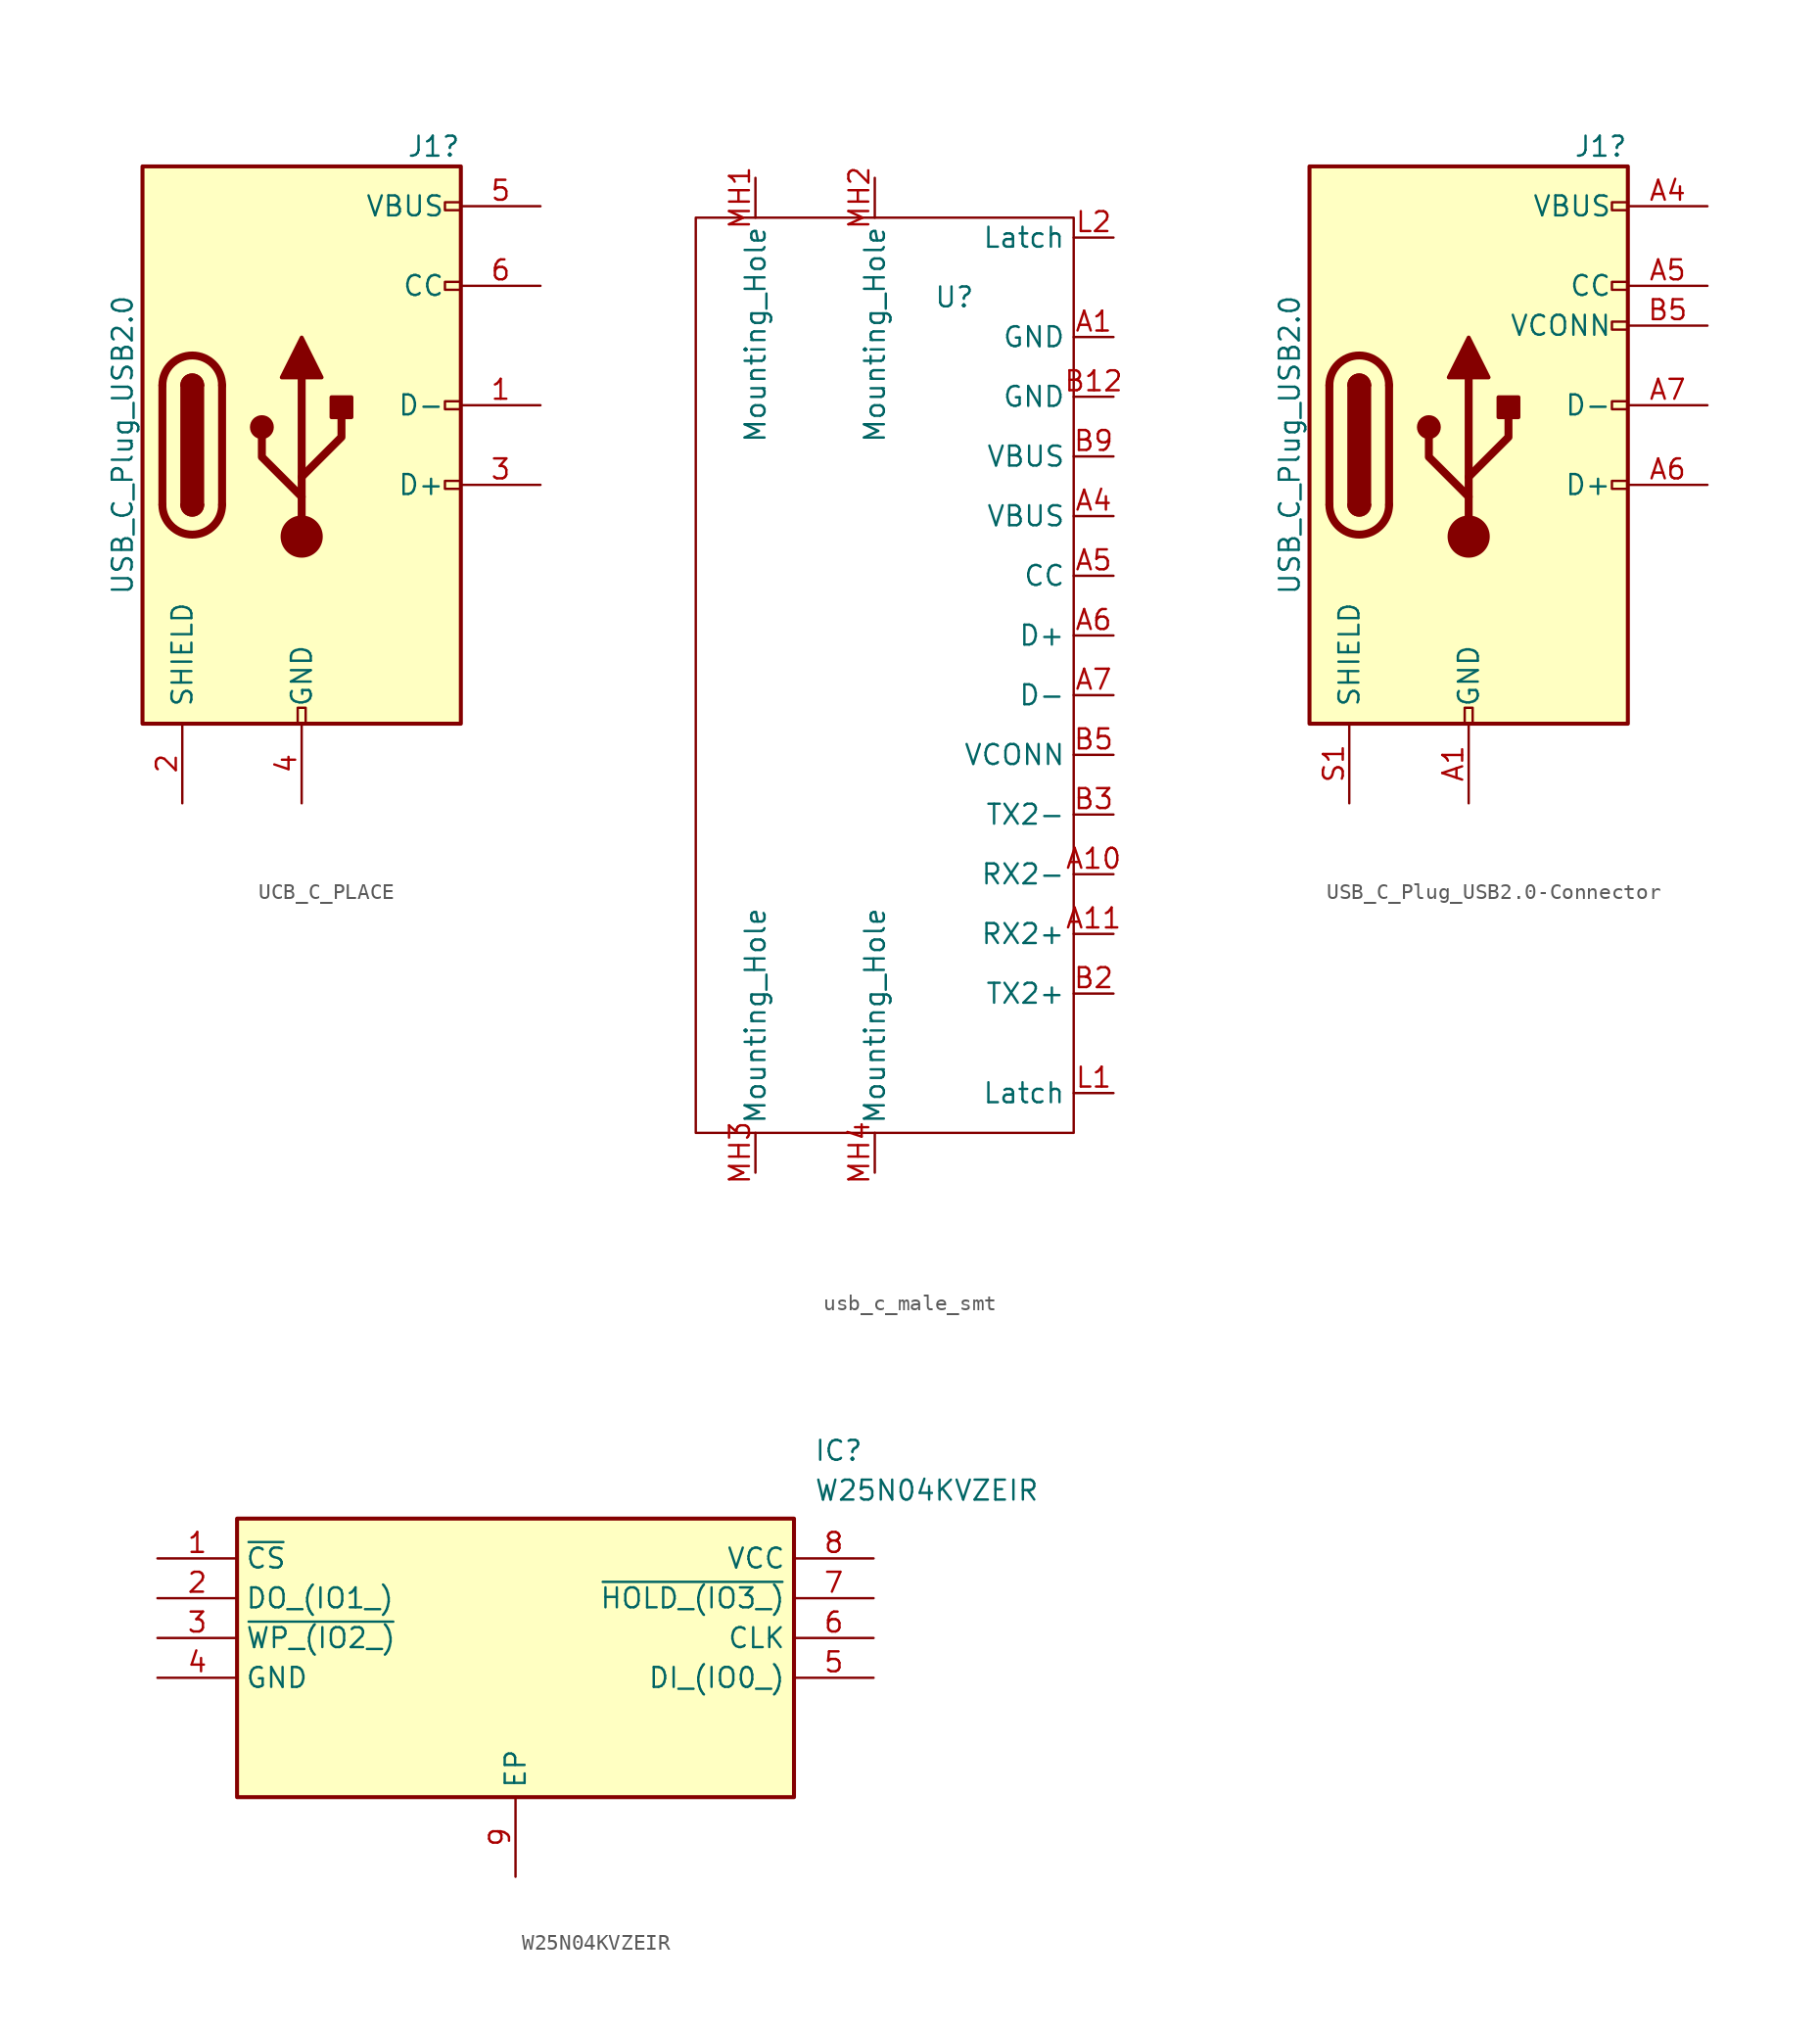
<source format=kicad_sym>
(kicad_symbol_lib
  (version 20231120)
  (generator "kicad_symbol_editor")
  (generator_version "8.0")
  (symbol "UCB_C_PLACE"
    (pin_names
      (offset 1.016))
    (property "Reference" "J1"
      (at 10.16 19.05 0)
      (effects (font (size 1.27 1.27)) (justify right)))
    (property "Value" "USB_C_Plug_USB2.0"
      (at -11.43 0 90)
      (effects (font (size 1.27 1.27))))
    (symbol "UCB_C_PLACE_0_0"
      (rectangle (start -0.254 -17.78) (end 0.254 -16.764) (stroke (width 0) (type solid)) (fill (type none)))
      (rectangle (start 10.16 -2.286) (end 9.144 -2.794) (stroke (width 0) (type solid)) (fill (type none)))
      (rectangle (start 10.16 2.794) (end 9.144 2.286) (stroke (width 0) (type solid)) (fill (type none)))
      (rectangle (start 10.16 10.414) (end 9.144 9.906) (stroke (width 0) (type solid)) (fill (type none)))
      (rectangle (start 10.16 15.494) (end 9.144 14.986) (stroke (width 0) (type solid)) (fill (type none))))
    (symbol "UCB_C_PLACE_0_1"
      (rectangle (start -10.16 17.78) (end 10.16 -17.78) (stroke (width 0.254) (type solid)) (fill (type background)))
      (arc (start -8.89 -3.81) (mid -6.985 -5.7066) (end -5.08 -3.81) (stroke (width 0.508) (type solid)) (fill (type none)))
      (arc (start -7.62 -3.81) (mid -6.985 -4.4422) (end -6.35 -3.81) (stroke (width 0.254) (type solid)) (fill (type none)))
      (arc (start -7.62 -3.81) (mid -6.985 -4.4422) (end -6.35 -3.81) (stroke (width 0.254) (type solid)) (fill (type outline)))
      (rectangle (start -7.62 -3.81) (end -6.35 3.81) (stroke (width 0.254) (type solid)) (fill (type outline)))
      (arc (start -6.35 3.81) (mid -6.985 4.4422) (end -7.62 3.81) (stroke (width 0.254) (type solid)) (fill (type none)))
      (arc (start -6.35 3.81) (mid -6.985 4.4422) (end -7.62 3.81) (stroke (width 0.254) (type solid)) (fill (type outline)))
      (arc (start -5.08 3.81) (mid -6.985 5.7066) (end -8.89 3.81) (stroke (width 0.508) (type solid)) (fill (type none)))
      (circle (center -2.54 1.143) (radius 0.635) (stroke (width 0.254) (type solid)) (fill (type outline)))
      (circle (center 0 -5.842) (radius 1.27) (stroke (width 0) (type solid)) (fill (type outline)))
      (polyline (pts (xy -8.89 -3.81) (xy -8.89 3.81)) (stroke (width 0.508) (type solid)) (fill (type none)))
      (polyline (pts (xy -5.08 3.81) (xy -5.08 -3.81)) (stroke (width 0.508) (type solid)) (fill (type none)))
      (polyline (pts (xy 0 -5.842) (xy 0 4.318)) (stroke (width 0.508) (type solid)) (fill (type none)))
      (polyline (pts (xy 0 -3.302) (xy -2.54 -0.762) (xy -2.54 0.508)) (stroke (width 0.508) (type solid)) (fill (type none)))
      (polyline (pts (xy 0 -2.032) (xy 2.54 0.508) (xy 2.54 1.778)) (stroke (width 0.508) (type solid)) (fill (type none)))
      (polyline (pts (xy -1.27 4.318) (xy 0 6.858) (xy 1.27 4.318) (xy -1.27 4.318)) (stroke (width 0.254) (type solid)) (fill (type outline)))
      (rectangle (start 1.905 1.778) (end 3.175 3.048) (stroke (width 0.254) (type solid)) (fill (type outline))))
    (symbol "UCB_C_PLACE_1_1"
      (pin bidirectional line (at 15.24 2.54 180) (length 5.08) (name "D-" (effects (font (size 1.27 1.27)))) (number "1" (effects (font (size 1.27 1.27)))))
      (pin passive line (at -7.62 -22.86 90) (length 5.08) (name "SHIELD" (effects (font (size 1.27 1.27)))) (number "2" (effects (font (size 1.27 1.27)))))
      (pin bidirectional line (at 15.24 -2.54 180) (length 5.08) (name "D+" (effects (font (size 1.27 1.27)))) (number "3" (effects (font (size 1.27 1.27)))))
      (pin power_in line (at 0 -22.86 90) (length 5.08) (name "GND" (effects (font (size 1.27 1.27)))) (number "4" (effects (font (size 1.27 1.27)))))
      (pin power_in line (at 15.24 15.24 180) (length 5.08) (name "VBUS" (effects (font (size 1.27 1.27)))) (number "5" (effects (font (size 1.27 1.27)))))
      (pin bidirectional line (at 15.24 10.16 180) (length 5.08) (name "CC" (effects (font (size 1.27 1.27)))) (number "6" (effects (font (size 1.27 1.27)))))))
  (symbol "usb_c_male_smt"
    (property "Reference" "U"
      (at 0 0 0)
      (effects (font (size 1.27 1.27))))
    (property "Value" ""
      (at 0 0 0)
      (effects (font (size 1.27 1.27))))
    (symbol "usb_c_male_smt_0_1"
      (rectangle (start -16.51 5.08) (end 7.62 -53.34) (stroke (width 0) (type default)) (fill (type none))))
    (symbol "usb_c_male_smt_1_1"
      (pin input line (at 10.16 -2.54 180) (length 2.54) (name "GND" (effects (font (size 1.27 1.27)))) (number "A1" (effects (font (size 1.27 1.27)))))
      (pin input line (at 10.16 -36.83 180) (length 2.54) (name "RX2-" (effects (font (size 1.27 1.27)))) (number "A10" (effects (font (size 1.27 1.27)))))
      (pin input line (at 10.16 -40.64 180) (length 2.54) (name "RX2+" (effects (font (size 1.27 1.27)))) (number "A11" (effects (font (size 1.27 1.27)))))
      (pin input line (at 10.16 -13.97 180) (length 2.54) (name "VBUS" (effects (font (size 1.27 1.27)))) (number "A4" (effects (font (size 1.27 1.27)))))
      (pin input line (at 10.16 -17.78 180) (length 2.54) (name "CC" (effects (font (size 1.27 1.27)))) (number "A5" (effects (font (size 1.27 1.27)))))
      (pin input line (at 10.16 -21.59 180) (length 2.54) (name "D+" (effects (font (size 1.27 1.27)))) (number "A6" (effects (font (size 1.27 1.27)))))
      (pin input line (at 10.16 -25.4 180) (length 2.54) (name "D-" (effects (font (size 1.27 1.27)))) (number "A7" (effects (font (size 1.27 1.27)))))
      (pin input line (at 10.16 -6.35 180) (length 2.54) (name "GND" (effects (font (size 1.27 1.27)))) (number "B12" (effects (font (size 1.27 1.27)))))
      (pin input line (at 10.16 -44.45 180) (length 2.54) (name "TX2+" (effects (font (size 1.27 1.27)))) (number "B2" (effects (font (size 1.27 1.27)))))
      (pin input line (at 10.16 -33.02 180) (length 2.54) (name "TX2-" (effects (font (size 1.27 1.27)))) (number "B3" (effects (font (size 1.27 1.27)))))
      (pin input line (at 10.16 -29.21 180) (length 2.54) (name "VCONN" (effects (font (size 1.27 1.27)))) (number "B5" (effects (font (size 1.27 1.27)))))
      (pin input line (at 10.16 -10.16 180) (length 2.54) (name "VBUS" (effects (font (size 1.27 1.27)))) (number "B9" (effects (font (size 1.27 1.27)))))
      (pin input line (at 10.16 -50.8 180) (length 2.54) (name "Latch" (effects (font (size 1.27 1.27)))) (number "L1" (effects (font (size 1.27 1.27)))))
      (pin input line (at 10.16 3.81 180) (length 2.54) (name "Latch" (effects (font (size 1.27 1.27)))) (number "L2" (effects (font (size 1.27 1.27)))))
      (pin input line (at -12.7 7.62 270) (length 2.54) (name "Mounting_Hole" (effects (font (size 1.27 1.27)))) (number "MH1" (effects (font (size 1.27 1.27)))))
      (pin input line (at -5.08 7.62 270) (length 2.54) (name "Mounting_Hole" (effects (font (size 1.27 1.27)))) (number "MH2" (effects (font (size 1.27 1.27)))))
      (pin input line (at -12.7 -55.88 90) (length 2.54) (name "Mounting_Hole" (effects (font (size 1.27 1.27)))) (number "MH3" (effects (font (size 1.27 1.27)))))
      (pin input line (at -5.08 -55.88 90) (length 2.54) (name "Mounting_Hole" (effects (font (size 1.27 1.27)))) (number "MH4" (effects (font (size 1.27 1.27)))))))
  (symbol "USB_C_Plug_USB2.0-Connector"
    (pin_names
      (offset 1.016))
    (property "Reference" "J1"
      (at 10.16 19.05 0)
      (effects (font (size 1.27 1.27)) (justify right)))
    (property "Value" "USB_C_Plug_USB2.0"
      (at -11.43 0 90)
      (effects (font (size 1.27 1.27))))
    (symbol "USB_C_Plug_USB2.0-Connector_0_0"
      (rectangle (start -0.254 -17.78) (end 0.254 -16.764) (stroke (width 0) (type solid)) (fill (type none)))
      (rectangle (start 10.16 -2.286) (end 9.144 -2.794) (stroke (width 0) (type solid)) (fill (type none)))
      (rectangle (start 10.16 2.794) (end 9.144 2.286) (stroke (width 0) (type solid)) (fill (type none)))
      (rectangle (start 10.16 7.874) (end 9.144 7.366) (stroke (width 0) (type solid)) (fill (type none)))
      (rectangle (start 10.16 10.414) (end 9.144 9.906) (stroke (width 0) (type solid)) (fill (type none)))
      (rectangle (start 10.16 15.494) (end 9.144 14.986) (stroke (width 0) (type solid)) (fill (type none))))
    (symbol "USB_C_Plug_USB2.0-Connector_0_1"
      (rectangle (start -10.16 17.78) (end 10.16 -17.78) (stroke (width 0.254) (type solid)) (fill (type background)))
      (arc (start -8.89 -3.81) (mid -6.985 -5.7066) (end -5.08 -3.81) (stroke (width 0.508) (type solid)) (fill (type none)))
      (arc (start -7.62 -3.81) (mid -6.985 -4.4422) (end -6.35 -3.81) (stroke (width 0.254) (type solid)) (fill (type none)))
      (arc (start -7.62 -3.81) (mid -6.985 -4.4422) (end -6.35 -3.81) (stroke (width 0.254) (type solid)) (fill (type outline)))
      (rectangle (start -7.62 -3.81) (end -6.35 3.81) (stroke (width 0.254) (type solid)) (fill (type outline)))
      (arc (start -6.35 3.81) (mid -6.985 4.4422) (end -7.62 3.81) (stroke (width 0.254) (type solid)) (fill (type none)))
      (arc (start -6.35 3.81) (mid -6.985 4.4422) (end -7.62 3.81) (stroke (width 0.254) (type solid)) (fill (type outline)))
      (arc (start -5.08 3.81) (mid -6.985 5.7066) (end -8.89 3.81) (stroke (width 0.508) (type solid)) (fill (type none)))
      (circle (center -2.54 1.143) (radius 0.635) (stroke (width 0.254) (type solid)) (fill (type outline)))
      (circle (center 0 -5.842) (radius 1.27) (stroke (width 0) (type solid)) (fill (type outline)))
      (polyline (pts (xy -8.89 -3.81) (xy -8.89 3.81)) (stroke (width 0.508) (type solid)) (fill (type none)))
      (polyline (pts (xy -5.08 3.81) (xy -5.08 -3.81)) (stroke (width 0.508) (type solid)) (fill (type none)))
      (polyline (pts (xy 0 -5.842) (xy 0 4.318)) (stroke (width 0.508) (type solid)) (fill (type none)))
      (polyline (pts (xy 0 -3.302) (xy -2.54 -0.762) (xy -2.54 0.508)) (stroke (width 0.508) (type solid)) (fill (type none)))
      (polyline (pts (xy 0 -2.032) (xy 2.54 0.508) (xy 2.54 1.778)) (stroke (width 0.508) (type solid)) (fill (type none)))
      (polyline (pts (xy -1.27 4.318) (xy 0 6.858) (xy 1.27 4.318) (xy -1.27 4.318)) (stroke (width 0.254) (type solid)) (fill (type outline)))
      (rectangle (start 1.905 1.778) (end 3.175 3.048) (stroke (width 0.254) (type solid)) (fill (type outline))))
    (symbol "USB_C_Plug_USB2.0-Connector_1_1"
      (pin power_in line (at 0 -22.86 90) (length 5.08) (name "GND" (effects (font (size 1.27 1.27)))) (number "A1" (effects (font (size 1.27 1.27)))))
      (pin passive line (at 0 -22.86 90) (length 5.08) hide (name "GND" (effects (font (size 1.27 1.27)))) (number "A12" (effects (font (size 1.27 1.27)))))
      (pin power_in line (at 15.24 15.24 180) (length 5.08) (name "VBUS" (effects (font (size 1.27 1.27)))) (number "A4" (effects (font (size 1.27 1.27)))))
      (pin bidirectional line (at 15.24 10.16 180) (length 5.08) (name "CC" (effects (font (size 1.27 1.27)))) (number "A5" (effects (font (size 1.27 1.27)))))
      (pin bidirectional line (at 15.24 -2.54 180) (length 5.08) (name "D+" (effects (font (size 1.27 1.27)))) (number "A6" (effects (font (size 1.27 1.27)))))
      (pin bidirectional line (at 15.24 2.54 180) (length 5.08) (name "D-" (effects (font (size 1.27 1.27)))) (number "A7" (effects (font (size 1.27 1.27)))))
      (pin passive line (at 15.24 15.24 180) (length 5.08) hide (name "VBUS" (effects (font (size 1.27 1.27)))) (number "A9" (effects (font (size 1.27 1.27)))))
      (pin passive line (at 0 -22.86 90) (length 5.08) hide (name "GND" (effects (font (size 1.27 1.27)))) (number "B1" (effects (font (size 1.27 1.27)))))
      (pin passive line (at 0 -22.86 90) (length 5.08) hide (name "GND" (effects (font (size 1.27 1.27)))) (number "B12" (effects (font (size 1.27 1.27)))))
      (pin passive line (at 15.24 15.24 180) (length 5.08) hide (name "VBUS" (effects (font (size 1.27 1.27)))) (number "B4" (effects (font (size 1.27 1.27)))))
      (pin bidirectional line (at 15.24 7.62 180) (length 5.08) (name "VCONN" (effects (font (size 1.27 1.27)))) (number "B5" (effects (font (size 1.27 1.27)))))
      (pin passive line (at 15.24 15.24 180) (length 5.08) hide (name "VBUS" (effects (font (size 1.27 1.27)))) (number "B9" (effects (font (size 1.27 1.27)))))
      (pin passive line (at -7.62 -22.86 90) (length 5.08) (name "SHIELD" (effects (font (size 1.27 1.27)))) (number "S1" (effects (font (size 1.27 1.27)))))))
  (symbol "W25N04KVZEIR"
    (property "Reference" "IC"
      (at 41.91 7.62 0)
      (effects (font (size 1.27 1.27)) (justify left top)))
    (property "Value" "W25N04KVZEIR"
      (at 41.91 5.08 0)
      (effects (font (size 1.27 1.27)) (justify left top)))
    (symbol "W25N04KVZEIR_1_1"
      (rectangle (start 5.08 2.54) (end 40.64 -15.24) (stroke (width 0.254) (type default)) (fill (type background)))
      (pin passive line (at 0 0 0) (length 5.08) (name "~{CS}" (effects (font (size 1.27 1.27)))) (number "1" (effects (font (size 1.27 1.27)))))
      (pin passive line (at 0 -2.54 0) (length 5.08) (name "DO_(IO1_)" (effects (font (size 1.27 1.27)))) (number "2" (effects (font (size 1.27 1.27)))))
      (pin passive line (at 0 -5.08 0) (length 5.08) (name "~{WP_(IO2_)}" (effects (font (size 1.27 1.27)))) (number "3" (effects (font (size 1.27 1.27)))))
      (pin passive line (at 0 -7.62 0) (length 5.08) (name "GND" (effects (font (size 1.27 1.27)))) (number "4" (effects (font (size 1.27 1.27)))))
      (pin passive line (at 45.72 -7.62 180) (length 5.08) (name "DI_(IO0_)" (effects (font (size 1.27 1.27)))) (number "5" (effects (font (size 1.27 1.27)))))
      (pin passive line (at 45.72 -5.08 180) (length 5.08) (name "CLK" (effects (font (size 1.27 1.27)))) (number "6" (effects (font (size 1.27 1.27)))))
      (pin passive line (at 45.72 -2.54 180) (length 5.08) (name "~{HOLD_(IO3_)}" (effects (font (size 1.27 1.27)))) (number "7" (effects (font (size 1.27 1.27)))))
      (pin passive line (at 45.72 0 180) (length 5.08) (name "VCC" (effects (font (size 1.27 1.27)))) (number "8" (effects (font (size 1.27 1.27)))))
      (pin passive line (at 22.86 -20.32 90) (length 5.08) (name "EP" (effects (font (size 1.27 1.27)))) (number "9" (effects (font (size 1.27 1.27))))))))
</source>
